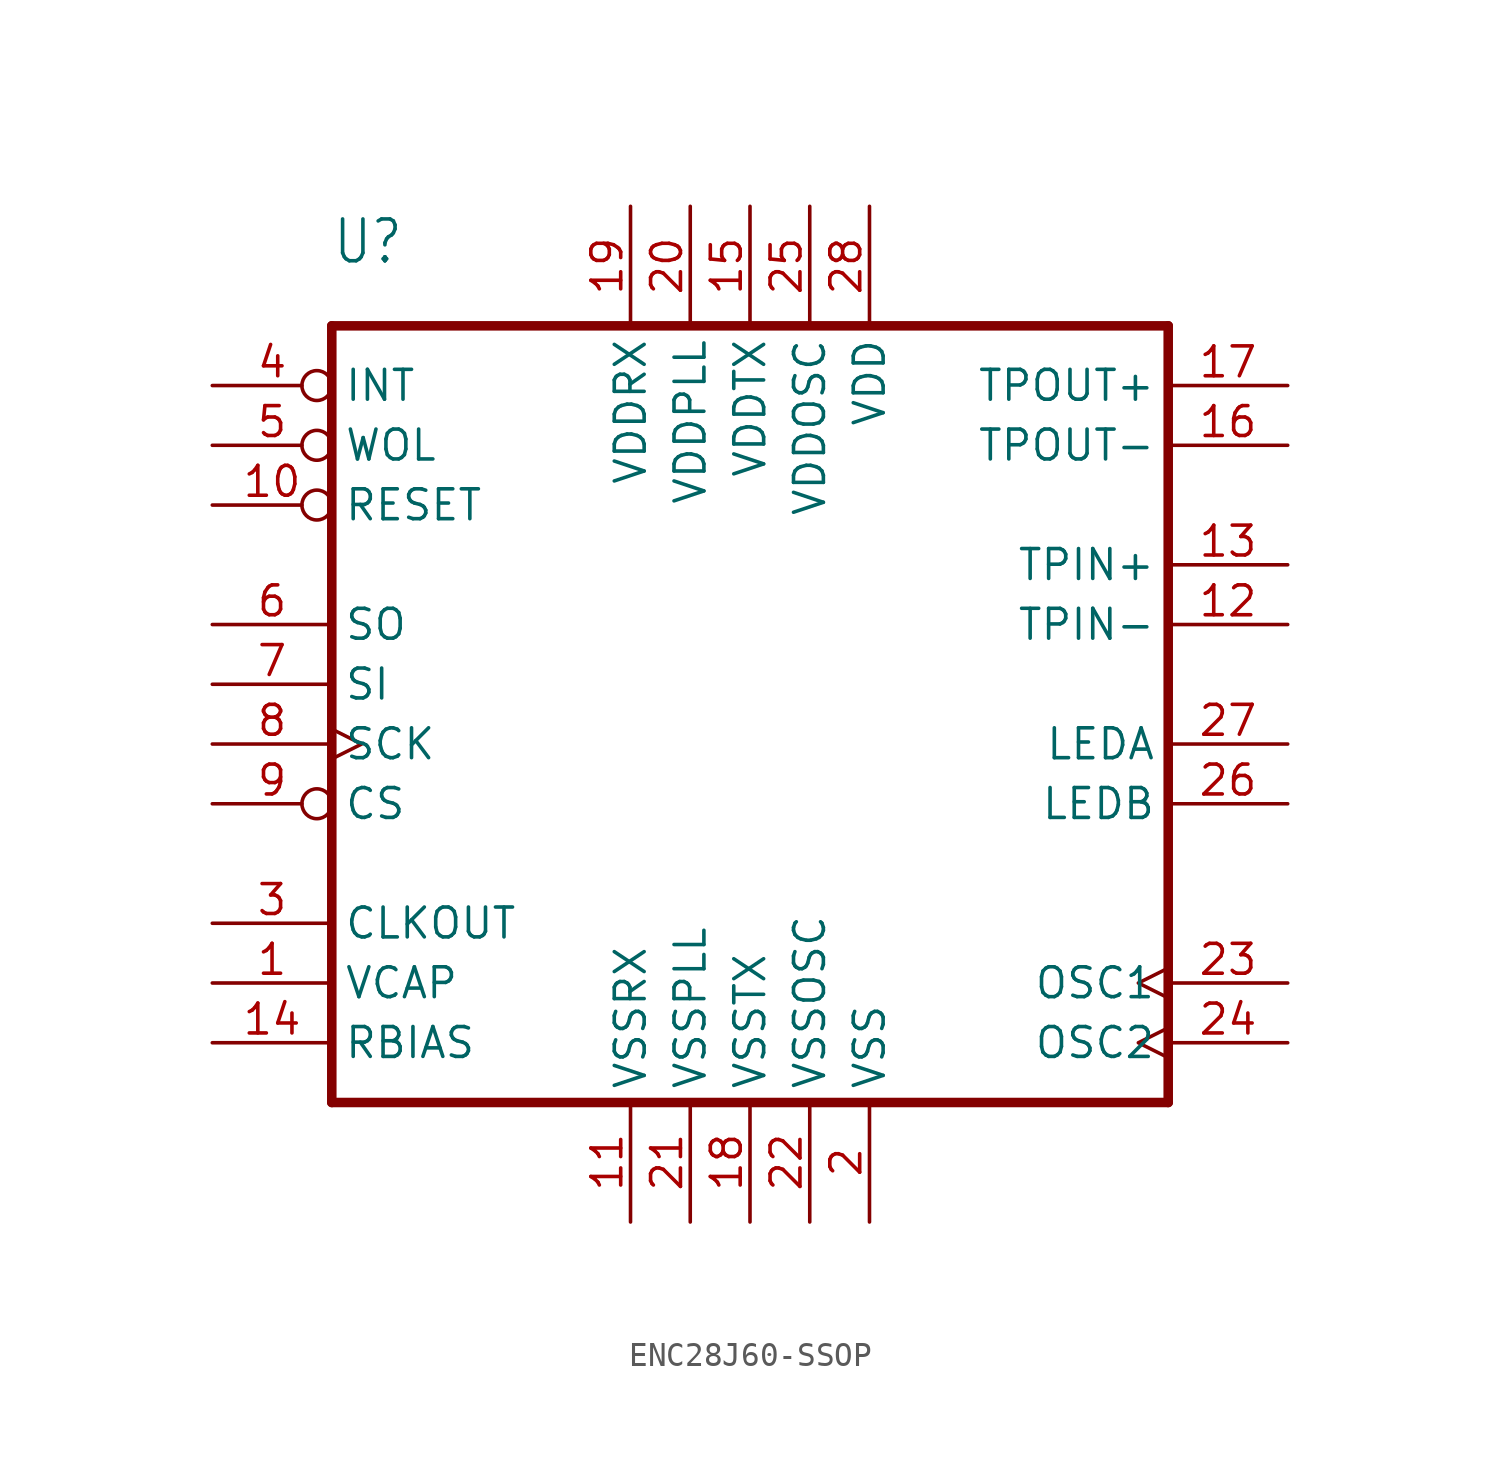
<source format=kicad_sym>
(kicad_symbol_lib
  (version 20231120)
  (generator "kicad_symbol_editor")
  (generator_version "8.0")
  (symbol "ENC28J60-SSOP"
    (property "Reference" "U"
      (at -20.32 22.86 0)
      (effects (font (size 1.778 1.511)) (justify left bottom)))
    (property "Value" ""
      (at 5.08 -15.24 0)
      (effects (font (size 1.778 1.511)) (justify left bottom)))
    (property "ki_locked" ""
      (at 0 0 0)
      (effects (font (size 1.27 1.27))))
    (symbol "ENC28J60-SSOP_1_0"
      (polyline (pts (xy -20.32 -12.7) (xy 15.24 -12.7)) (stroke (width 0.406) (type solid)) (fill (type none)))
      (polyline (pts (xy -20.32 20.32) (xy -20.32 -12.7)) (stroke (width 0.406) (type solid)) (fill (type none)))
      (polyline (pts (xy 15.24 -12.7) (xy 15.24 20.32)) (stroke (width 0.406) (type solid)) (fill (type none)))
      (polyline (pts (xy 15.24 20.32) (xy -20.32 20.32)) (stroke (width 0.406) (type solid)) (fill (type none)))
      (pin power_in line (at -25.4 -7.62 0) (length 5.08) (name "VCAP" (effects (font (size 1.27 1.27)))) (number "1" (effects (font (size 1.27 1.27)))))
      (pin input inverted (at -25.4 12.7 0) (length 5.08) (name "RESET" (effects (font (size 1.27 1.27)))) (number "10" (effects (font (size 1.27 1.27)))))
      (pin power_in line (at -7.62 -17.78 90) (length 5.08) (name "VSSRX" (effects (font (size 1.27 1.27)))) (number "11" (effects (font (size 1.27 1.27)))))
      (pin input line (at 20.32 7.62 180) (length 5.08) (name "TPIN-" (effects (font (size 1.27 1.27)))) (number "12" (effects (font (size 1.27 1.27)))))
      (pin input line (at 20.32 10.16 180) (length 5.08) (name "TPIN+" (effects (font (size 1.27 1.27)))) (number "13" (effects (font (size 1.27 1.27)))))
      (pin passive line (at -25.4 -10.16 0) (length 5.08) (name "RBIAS" (effects (font (size 1.27 1.27)))) (number "14" (effects (font (size 1.27 1.27)))))
      (pin power_in line (at -2.54 25.4 270) (length 5.08) (name "VDDTX" (effects (font (size 1.27 1.27)))) (number "15" (effects (font (size 1.27 1.27)))))
      (pin output line (at 20.32 15.24 180) (length 5.08) (name "TPOUT-" (effects (font (size 1.27 1.27)))) (number "16" (effects (font (size 1.27 1.27)))))
      (pin output line (at 20.32 17.78 180) (length 5.08) (name "TPOUT+" (effects (font (size 1.27 1.27)))) (number "17" (effects (font (size 1.27 1.27)))))
      (pin power_in line (at -2.54 -17.78 90) (length 5.08) (name "VSSTX" (effects (font (size 1.27 1.27)))) (number "18" (effects (font (size 1.27 1.27)))))
      (pin power_in line (at -7.62 25.4 270) (length 5.08) (name "VDDRX" (effects (font (size 1.27 1.27)))) (number "19" (effects (font (size 1.27 1.27)))))
      (pin power_in line (at 2.54 -17.78 90) (length 5.08) (name "VSS" (effects (font (size 1.27 1.27)))) (number "2" (effects (font (size 1.27 1.27)))))
      (pin power_in line (at -5.08 25.4 270) (length 5.08) (name "VDDPLL" (effects (font (size 1.27 1.27)))) (number "20" (effects (font (size 1.27 1.27)))))
      (pin power_in line (at -5.08 -17.78 90) (length 5.08) (name "VSSPLL" (effects (font (size 1.27 1.27)))) (number "21" (effects (font (size 1.27 1.27)))))
      (pin power_in line (at 0 -17.78 90) (length 5.08) (name "VSSOSC" (effects (font (size 1.27 1.27)))) (number "22" (effects (font (size 1.27 1.27)))))
      (pin input clock (at 20.32 -7.62 180) (length 5.08) (name "OSC1" (effects (font (size 1.27 1.27)))) (number "23" (effects (font (size 1.27 1.27)))))
      (pin output clock (at 20.32 -10.16 180) (length 5.08) (name "OSC2" (effects (font (size 1.27 1.27)))) (number "24" (effects (font (size 1.27 1.27)))))
      (pin power_in line (at 0 25.4 270) (length 5.08) (name "VDDOSC" (effects (font (size 1.27 1.27)))) (number "25" (effects (font (size 1.27 1.27)))))
      (pin output line (at 20.32 0 180) (length 5.08) (name "LEDB" (effects (font (size 1.27 1.27)))) (number "26" (effects (font (size 1.27 1.27)))))
      (pin output line (at 20.32 2.54 180) (length 5.08) (name "LEDA" (effects (font (size 1.27 1.27)))) (number "27" (effects (font (size 1.27 1.27)))))
      (pin power_in line (at 2.54 25.4 270) (length 5.08) (name "VDD" (effects (font (size 1.27 1.27)))) (number "28" (effects (font (size 1.27 1.27)))))
      (pin output line (at -25.4 -5.08 0) (length 5.08) (name "CLKOUT" (effects (font (size 1.27 1.27)))) (number "3" (effects (font (size 1.27 1.27)))))
      (pin output inverted (at -25.4 17.78 0) (length 5.08) (name "INT" (effects (font (size 1.27 1.27)))) (number "4" (effects (font (size 1.27 1.27)))))
      (pin output inverted (at -25.4 15.24 0) (length 5.08) (name "WOL" (effects (font (size 1.27 1.27)))) (number "5" (effects (font (size 1.27 1.27)))))
      (pin output line (at -25.4 7.62 0) (length 5.08) (name "SO" (effects (font (size 1.27 1.27)))) (number "6" (effects (font (size 1.27 1.27)))))
      (pin input line (at -25.4 5.08 0) (length 5.08) (name "SI" (effects (font (size 1.27 1.27)))) (number "7" (effects (font (size 1.27 1.27)))))
      (pin input clock (at -25.4 2.54 0) (length 5.08) (name "SCK" (effects (font (size 1.27 1.27)))) (number "8" (effects (font (size 1.27 1.27)))))
      (pin input inverted (at -25.4 0 0) (length 5.08) (name "CS" (effects (font (size 1.27 1.27)))) (number "9" (effects (font (size 1.27 1.27))))))))
</source>
